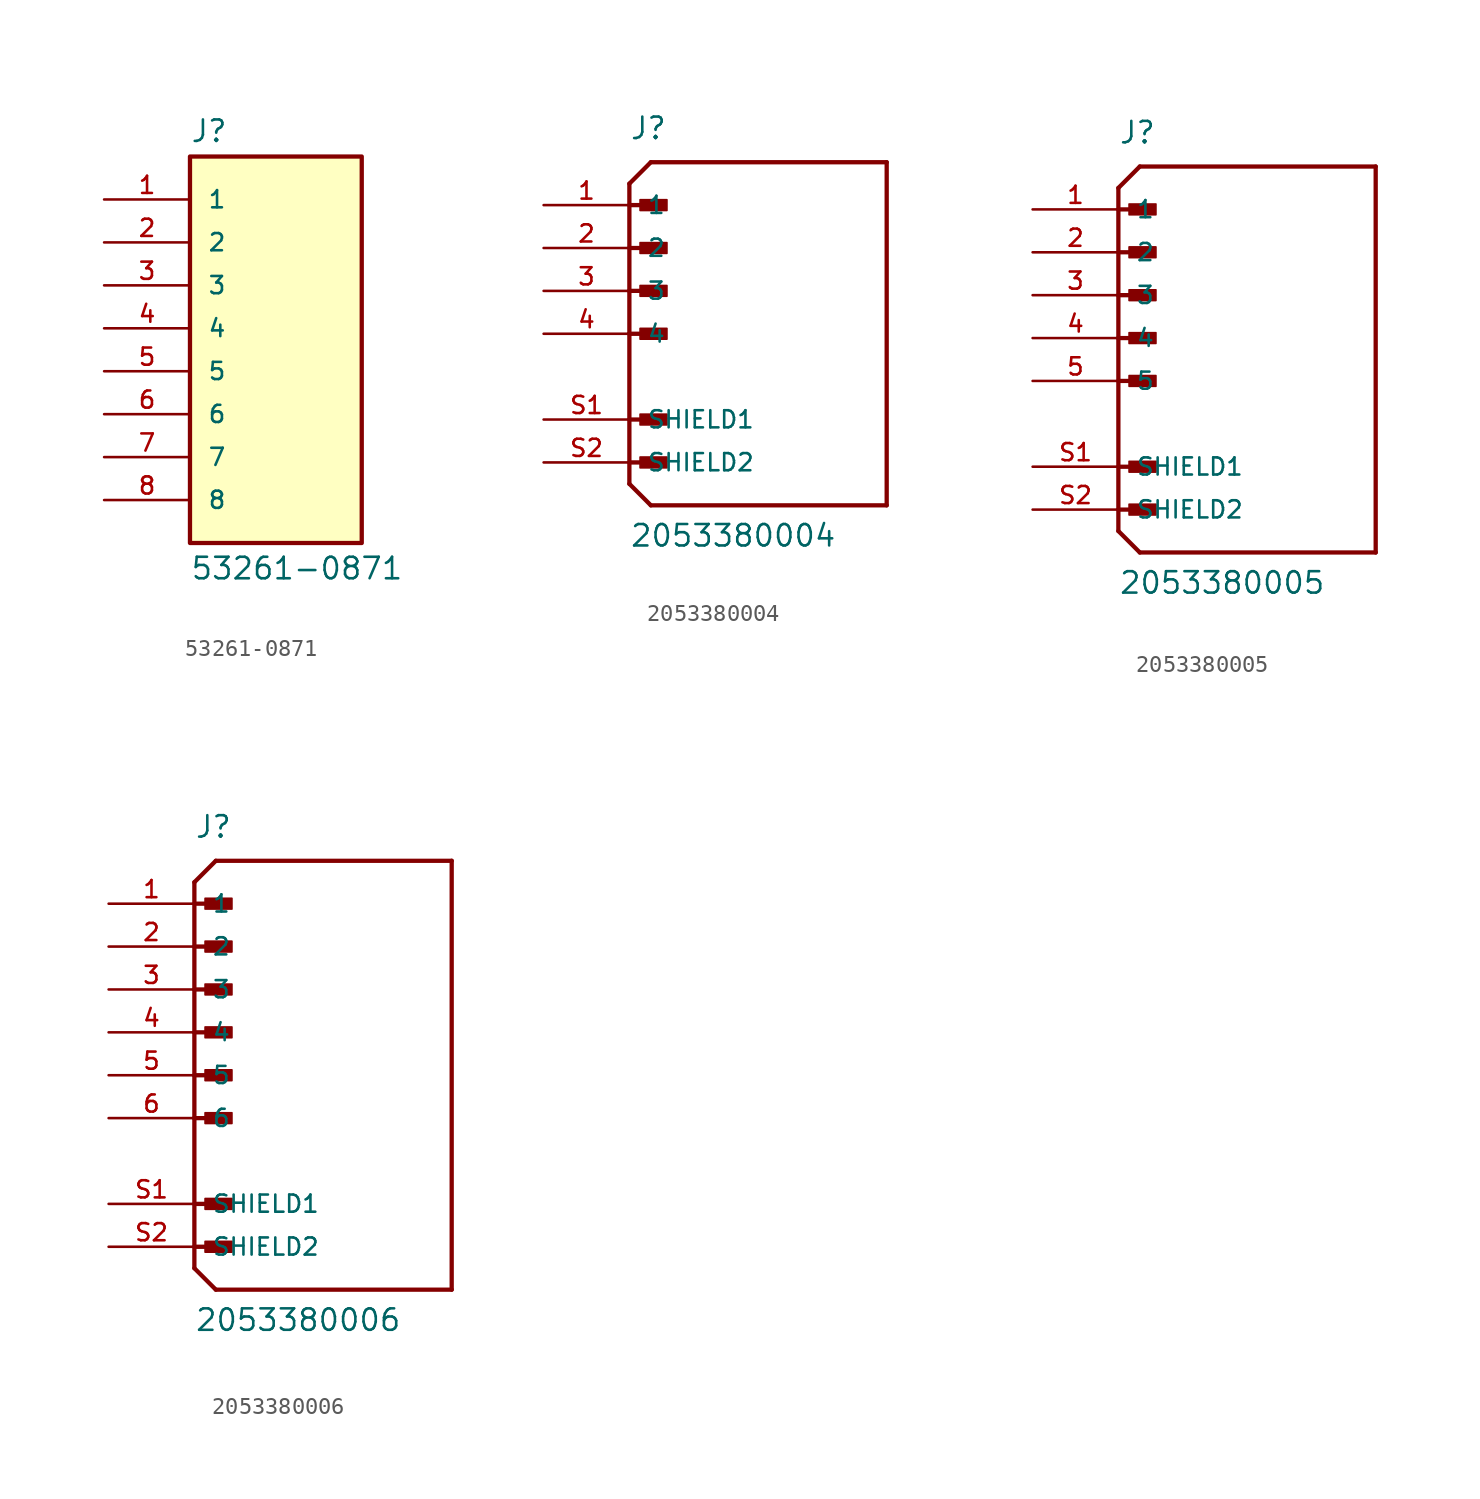
<source format=kicad_sym>
(kicad_symbol_lib
  (version 20231120)
  (generator "kicad_symbol_editor")
  (generator_version "8.0")
  (symbol "53261-0871"
    (pin_names
      (offset 1.016))
    (property "Reference" "J"
      (at -5.08 13.462 0)
      (effects (font (size 1.27 1.27)) (justify left bottom)))
    (property "Value" "53261-0871"
      (at -5.08 -10.922 0)
      (effects (font (size 1.27 1.27)) (justify left top)))
    (symbol "53261-0871_0_0"
      (rectangle (start -5.08 -10.16) (end 5.08 12.7) (stroke (width 0.254) (type default)) (fill (type background)))
      (pin passive line (at -10.16 10.16 0) (length 5.08) (name "1" (effects (font (size 1.016 1.016)))) (number "1" (effects (font (size 1.016 1.016)))))
      (pin passive line (at -10.16 7.62 0) (length 5.08) (name "2" (effects (font (size 1.016 1.016)))) (number "2" (effects (font (size 1.016 1.016)))))
      (pin passive line (at -10.16 5.08 0) (length 5.08) (name "3" (effects (font (size 1.016 1.016)))) (number "3" (effects (font (size 1.016 1.016)))))
      (pin passive line (at -10.16 2.54 0) (length 5.08) (name "4" (effects (font (size 1.016 1.016)))) (number "4" (effects (font (size 1.016 1.016)))))
      (pin passive line (at -10.16 0 0) (length 5.08) (name "5" (effects (font (size 1.016 1.016)))) (number "5" (effects (font (size 1.016 1.016)))))
      (pin passive line (at -10.16 -2.54 0) (length 5.08) (name "6" (effects (font (size 1.016 1.016)))) (number "6" (effects (font (size 1.016 1.016)))))
      (pin passive line (at -10.16 -5.08 0) (length 5.08) (name "7" (effects (font (size 1.016 1.016)))) (number "7" (effects (font (size 1.016 1.016)))))
      (pin passive line (at -10.16 -7.62 0) (length 5.08) (name "8" (effects (font (size 1.016 1.016)))) (number "8" (effects (font (size 1.016 1.016)))))))
  (symbol "2053380004"
    (pin_names
      (offset 1.016))
    (property "Reference" "J"
      (at -7.62 11.43 0)
      (effects (font (size 1.27 1.27)) (justify left bottom)))
    (property "Value" "2053380004"
      (at -7.62 -12.7 0)
      (effects (font (size 1.27 1.27)) (justify left bottom)))
    (symbol "2053380004_0_0"
      (rectangle (start -6.985 -7.938) (end -5.397 -7.303) (stroke (width 0.1) (type default)) (fill (type outline)))
      (rectangle (start -6.985 -5.397) (end -5.397 -4.763) (stroke (width 0.1) (type default)) (fill (type outline)))
      (rectangle (start -6.985 -0.318) (end -5.397 0.318) (stroke (width 0.1) (type default)) (fill (type outline)))
      (rectangle (start -6.985 2.223) (end -5.397 2.857) (stroke (width 0.1) (type default)) (fill (type outline)))
      (rectangle (start -6.985 4.763) (end -5.397 5.397) (stroke (width 0.1) (type default)) (fill (type outline)))
      (rectangle (start -6.985 7.303) (end -5.397 7.938) (stroke (width 0.1) (type default)) (fill (type outline)))
      (polyline (pts (xy -7.62 -8.89) (xy -6.35 -10.16)) (stroke (width 0.254) (type default)) (fill (type none)))
      (polyline (pts (xy -7.62 -7.62) (xy -5.715 -7.62)) (stroke (width 0.254) (type default)) (fill (type none)))
      (polyline (pts (xy -7.62 -5.08) (xy -5.715 -5.08)) (stroke (width 0.254) (type default)) (fill (type none)))
      (polyline (pts (xy -7.62 0) (xy -7.62 -8.89)) (stroke (width 0.254) (type default)) (fill (type none)))
      (polyline (pts (xy -7.62 0) (xy -5.715 0)) (stroke (width 0.254) (type default)) (fill (type none)))
      (polyline (pts (xy -7.62 2.54) (xy -7.62 0)) (stroke (width 0.254) (type default)) (fill (type none)))
      (polyline (pts (xy -7.62 2.54) (xy -5.715 2.54)) (stroke (width 0.254) (type default)) (fill (type none)))
      (polyline (pts (xy -7.62 5.08) (xy -5.715 5.08)) (stroke (width 0.254) (type default)) (fill (type none)))
      (polyline (pts (xy -7.62 7.62) (xy -5.715 7.62)) (stroke (width 0.254) (type default)) (fill (type none)))
      (polyline (pts (xy -7.62 8.89) (xy -7.62 2.54)) (stroke (width 0.254) (type default)) (fill (type none)))
      (polyline (pts (xy -7.62 8.89) (xy -6.35 10.16)) (stroke (width 0.254) (type default)) (fill (type none)))
      (polyline (pts (xy -6.35 -10.16) (xy 7.62 -10.16)) (stroke (width 0.254) (type default)) (fill (type none)))
      (polyline (pts (xy 7.62 -10.16) (xy 7.62 10.16)) (stroke (width 0.254) (type default)) (fill (type none)))
      (polyline (pts (xy 7.62 10.16) (xy -6.35 10.16)) (stroke (width 0.254) (type default)) (fill (type none)))
      (pin passive line (at -12.7 7.62 0) (length 5.08) (name "1" (effects (font (size 1.016 1.016)))) (number "1" (effects (font (size 1.016 1.016)))))
      (pin passive line (at -12.7 5.08 0) (length 5.08) (name "2" (effects (font (size 1.016 1.016)))) (number "2" (effects (font (size 1.016 1.016)))))
      (pin passive line (at -12.7 2.54 0) (length 5.08) (name "3" (effects (font (size 1.016 1.016)))) (number "3" (effects (font (size 1.016 1.016)))))
      (pin passive line (at -12.7 0 0) (length 5.08) (name "4" (effects (font (size 1.016 1.016)))) (number "4" (effects (font (size 1.016 1.016)))))
      (pin passive line (at -12.7 -5.08 0) (length 5.08) (name "SHIELD1" (effects (font (size 1.016 1.016)))) (number "S1" (effects (font (size 1.016 1.016)))))
      (pin passive line (at -12.7 -7.62 0) (length 5.08) (name "SHIELD2" (effects (font (size 1.016 1.016)))) (number "S2" (effects (font (size 1.016 1.016)))))))
  (symbol "2053380005"
    (pin_names
      (offset 1.016))
    (property "Reference" "J"
      (at -7.62 11.43 0)
      (effects (font (size 1.27 1.27)) (justify left bottom)))
    (property "Value" "2053380005"
      (at -7.62 -15.24 0)
      (effects (font (size 1.27 1.27)) (justify left bottom)))
    (symbol "2053380005_0_0"
      (rectangle (start -6.985 -10.477) (end -5.397 -9.842) (stroke (width 0.1) (type default)) (fill (type outline)))
      (rectangle (start -6.985 -7.938) (end -5.397 -7.303) (stroke (width 0.1) (type default)) (fill (type outline)))
      (rectangle (start -6.985 -2.857) (end -5.397 -2.223) (stroke (width 0.1) (type default)) (fill (type outline)))
      (rectangle (start -6.985 -0.318) (end -5.397 0.318) (stroke (width 0.1) (type default)) (fill (type outline)))
      (rectangle (start -6.985 2.223) (end -5.397 2.857) (stroke (width 0.1) (type default)) (fill (type outline)))
      (rectangle (start -6.985 4.763) (end -5.397 5.397) (stroke (width 0.1) (type default)) (fill (type outline)))
      (rectangle (start -6.985 7.303) (end -5.397 7.938) (stroke (width 0.1) (type default)) (fill (type outline)))
      (polyline (pts (xy -7.62 -11.43) (xy -6.35 -12.7)) (stroke (width 0.254) (type default)) (fill (type none)))
      (polyline (pts (xy -7.62 -10.16) (xy -5.715 -10.16)) (stroke (width 0.254) (type default)) (fill (type none)))
      (polyline (pts (xy -7.62 -7.62) (xy -5.715 -7.62)) (stroke (width 0.254) (type default)) (fill (type none)))
      (polyline (pts (xy -7.62 -2.54) (xy -5.715 -2.54)) (stroke (width 0.254) (type default)) (fill (type none)))
      (polyline (pts (xy -7.62 0) (xy -7.62 -11.43)) (stroke (width 0.254) (type default)) (fill (type none)))
      (polyline (pts (xy -7.62 0) (xy -5.715 0)) (stroke (width 0.254) (type default)) (fill (type none)))
      (polyline (pts (xy -7.62 2.54) (xy -7.62 0)) (stroke (width 0.254) (type default)) (fill (type none)))
      (polyline (pts (xy -7.62 2.54) (xy -5.715 2.54)) (stroke (width 0.254) (type default)) (fill (type none)))
      (polyline (pts (xy -7.62 5.08) (xy -5.715 5.08)) (stroke (width 0.254) (type default)) (fill (type none)))
      (polyline (pts (xy -7.62 7.62) (xy -5.715 7.62)) (stroke (width 0.254) (type default)) (fill (type none)))
      (polyline (pts (xy -7.62 8.89) (xy -7.62 2.54)) (stroke (width 0.254) (type default)) (fill (type none)))
      (polyline (pts (xy -7.62 8.89) (xy -6.35 10.16)) (stroke (width 0.254) (type default)) (fill (type none)))
      (polyline (pts (xy -6.35 -12.7) (xy 7.62 -12.7)) (stroke (width 0.254) (type default)) (fill (type none)))
      (polyline (pts (xy 7.62 -12.7) (xy 7.62 10.16)) (stroke (width 0.254) (type default)) (fill (type none)))
      (polyline (pts (xy 7.62 10.16) (xy -6.35 10.16)) (stroke (width 0.254) (type default)) (fill (type none)))
      (pin passive line (at -12.7 7.62 0) (length 5.08) (name "1" (effects (font (size 1.016 1.016)))) (number "1" (effects (font (size 1.016 1.016)))))
      (pin passive line (at -12.7 5.08 0) (length 5.08) (name "2" (effects (font (size 1.016 1.016)))) (number "2" (effects (font (size 1.016 1.016)))))
      (pin passive line (at -12.7 2.54 0) (length 5.08) (name "3" (effects (font (size 1.016 1.016)))) (number "3" (effects (font (size 1.016 1.016)))))
      (pin passive line (at -12.7 0 0) (length 5.08) (name "4" (effects (font (size 1.016 1.016)))) (number "4" (effects (font (size 1.016 1.016)))))
      (pin passive line (at -12.7 -2.54 0) (length 5.08) (name "5" (effects (font (size 1.016 1.016)))) (number "5" (effects (font (size 1.016 1.016)))))
      (pin passive line (at -12.7 -7.62 0) (length 5.08) (name "SHIELD1" (effects (font (size 1.016 1.016)))) (number "S1" (effects (font (size 1.016 1.016)))))
      (pin passive line (at -12.7 -10.16 0) (length 5.08) (name "SHIELD2" (effects (font (size 1.016 1.016)))) (number "S2" (effects (font (size 1.016 1.016)))))))
  (symbol "2053380006"
    (pin_names
      (offset 1.016))
    (property "Reference" "J"
      (at -7.62 13.97 0)
      (effects (font (size 1.27 1.27)) (justify left bottom)))
    (property "Value" "2053380006"
      (at -7.62 -15.24 0)
      (effects (font (size 1.27 1.27)) (justify left bottom)))
    (symbol "2053380006_0_0"
      (rectangle (start -6.985 -10.477) (end -5.397 -9.842) (stroke (width 0.1) (type default)) (fill (type outline)))
      (rectangle (start -6.985 -7.938) (end -5.397 -7.303) (stroke (width 0.1) (type default)) (fill (type outline)))
      (rectangle (start -6.985 -2.857) (end -5.397 -2.223) (stroke (width 0.1) (type default)) (fill (type outline)))
      (rectangle (start -6.985 -0.318) (end -5.397 0.318) (stroke (width 0.1) (type default)) (fill (type outline)))
      (rectangle (start -6.985 2.223) (end -5.397 2.857) (stroke (width 0.1) (type default)) (fill (type outline)))
      (rectangle (start -6.985 4.763) (end -5.397 5.397) (stroke (width 0.1) (type default)) (fill (type outline)))
      (rectangle (start -6.985 7.303) (end -5.397 7.938) (stroke (width 0.1) (type default)) (fill (type outline)))
      (rectangle (start -6.985 9.842) (end -5.397 10.477) (stroke (width 0.1) (type default)) (fill (type outline)))
      (polyline (pts (xy -7.62 -11.43) (xy -6.35 -12.7)) (stroke (width 0.254) (type default)) (fill (type none)))
      (polyline (pts (xy -7.62 -10.16) (xy -5.715 -10.16)) (stroke (width 0.254) (type default)) (fill (type none)))
      (polyline (pts (xy -7.62 -7.62) (xy -5.715 -7.62)) (stroke (width 0.254) (type default)) (fill (type none)))
      (polyline (pts (xy -7.62 -2.54) (xy -7.62 -11.43)) (stroke (width 0.254) (type default)) (fill (type none)))
      (polyline (pts (xy -7.62 -2.54) (xy -5.715 -2.54)) (stroke (width 0.254) (type default)) (fill (type none)))
      (polyline (pts (xy -7.62 0) (xy -7.62 -2.54)) (stroke (width 0.254) (type default)) (fill (type none)))
      (polyline (pts (xy -7.62 0) (xy -5.715 0)) (stroke (width 0.254) (type default)) (fill (type none)))
      (polyline (pts (xy -7.62 2.54) (xy -7.62 0)) (stroke (width 0.254) (type default)) (fill (type none)))
      (polyline (pts (xy -7.62 2.54) (xy -5.715 2.54)) (stroke (width 0.254) (type default)) (fill (type none)))
      (polyline (pts (xy -7.62 5.08) (xy -7.62 2.54)) (stroke (width 0.254) (type default)) (fill (type none)))
      (polyline (pts (xy -7.62 5.08) (xy -5.715 5.08)) (stroke (width 0.254) (type default)) (fill (type none)))
      (polyline (pts (xy -7.62 7.62) (xy -5.715 7.62)) (stroke (width 0.254) (type default)) (fill (type none)))
      (polyline (pts (xy -7.62 10.16) (xy -5.715 10.16)) (stroke (width 0.254) (type default)) (fill (type none)))
      (polyline (pts (xy -7.62 11.43) (xy -7.62 5.08)) (stroke (width 0.254) (type default)) (fill (type none)))
      (polyline (pts (xy -7.62 11.43) (xy -6.35 12.7)) (stroke (width 0.254) (type default)) (fill (type none)))
      (polyline (pts (xy -6.35 -12.7) (xy 7.62 -12.7)) (stroke (width 0.254) (type default)) (fill (type none)))
      (polyline (pts (xy 7.62 -12.7) (xy 7.62 12.7)) (stroke (width 0.254) (type default)) (fill (type none)))
      (polyline (pts (xy 7.62 12.7) (xy -6.35 12.7)) (stroke (width 0.254) (type default)) (fill (type none)))
      (pin passive line (at -12.7 10.16 0) (length 5.08) (name "1" (effects (font (size 1.016 1.016)))) (number "1" (effects (font (size 1.016 1.016)))))
      (pin passive line (at -12.7 7.62 0) (length 5.08) (name "2" (effects (font (size 1.016 1.016)))) (number "2" (effects (font (size 1.016 1.016)))))
      (pin passive line (at -12.7 5.08 0) (length 5.08) (name "3" (effects (font (size 1.016 1.016)))) (number "3" (effects (font (size 1.016 1.016)))))
      (pin passive line (at -12.7 2.54 0) (length 5.08) (name "4" (effects (font (size 1.016 1.016)))) (number "4" (effects (font (size 1.016 1.016)))))
      (pin passive line (at -12.7 0 0) (length 5.08) (name "5" (effects (font (size 1.016 1.016)))) (number "5" (effects (font (size 1.016 1.016)))))
      (pin passive line (at -12.7 -2.54 0) (length 5.08) (name "6" (effects (font (size 1.016 1.016)))) (number "6" (effects (font (size 1.016 1.016)))))
      (pin passive line (at -12.7 -7.62 0) (length 5.08) (name "SHIELD1" (effects (font (size 1.016 1.016)))) (number "S1" (effects (font (size 1.016 1.016)))))
      (pin passive line (at -12.7 -10.16 0) (length 5.08) (name "SHIELD2" (effects (font (size 1.016 1.016)))) (number "S2" (effects (font (size 1.016 1.016))))))))
</source>
